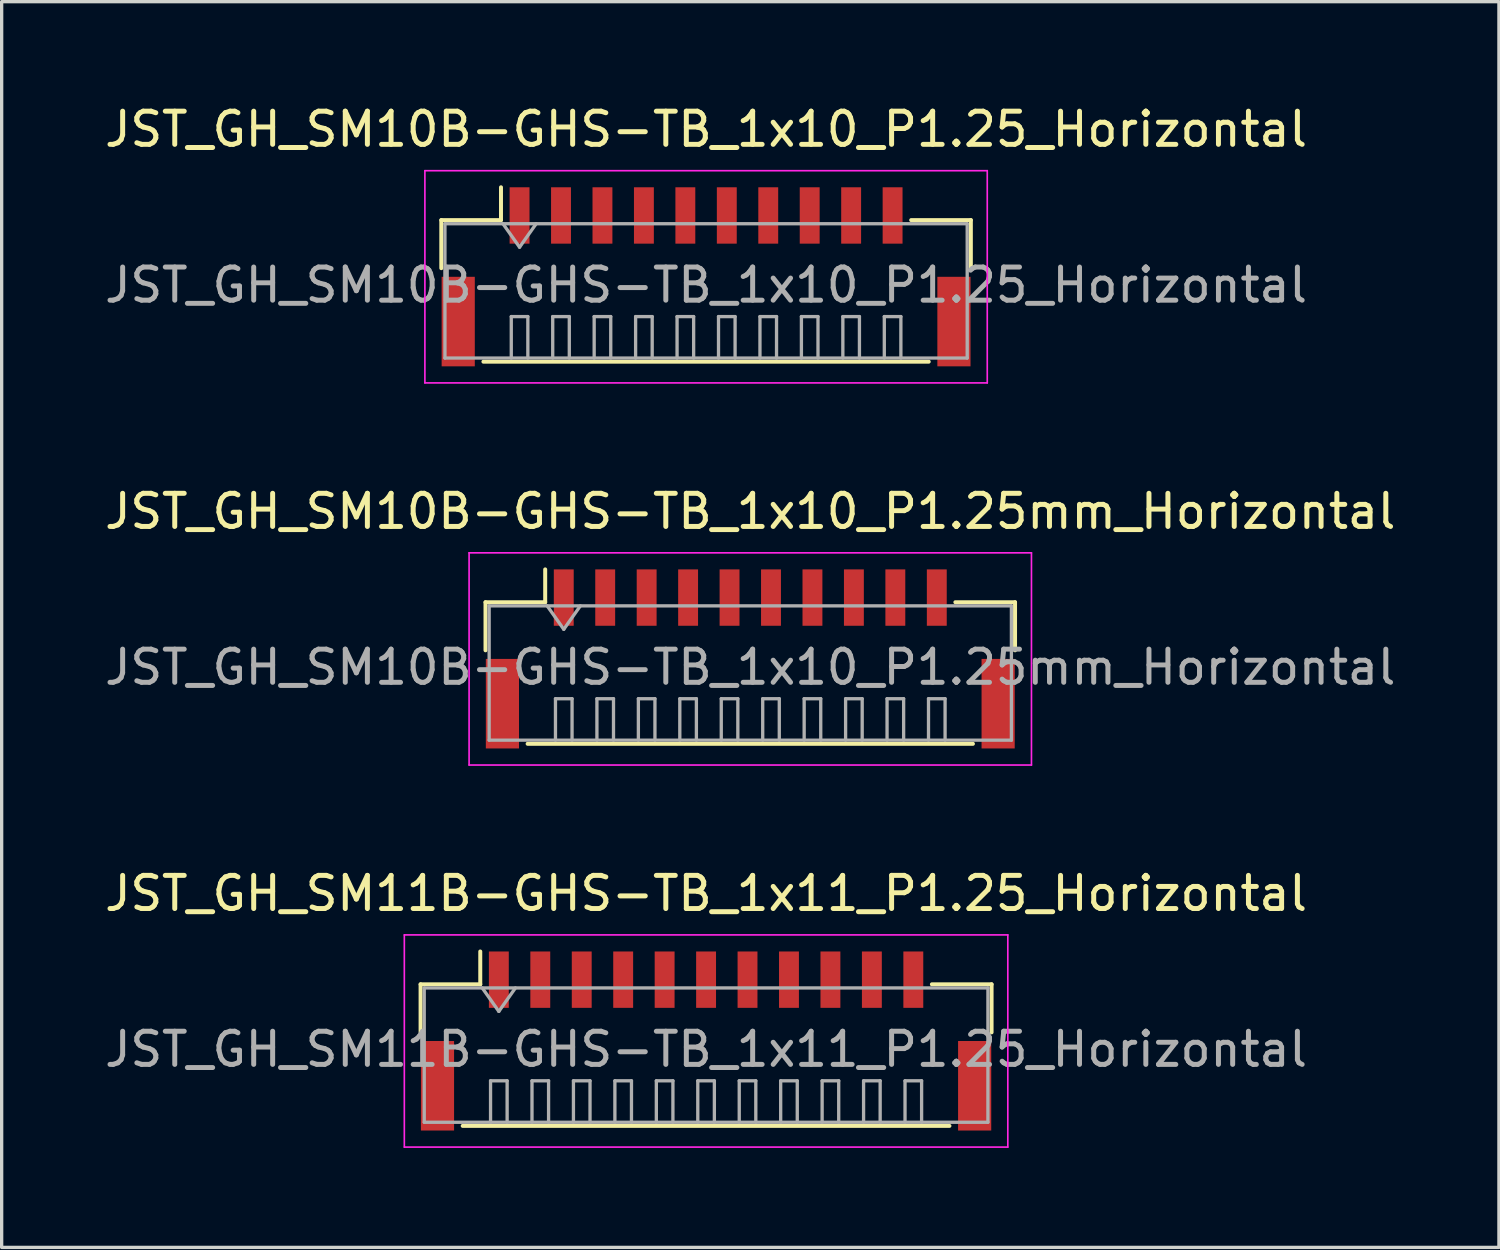
<source format=kicad_pcb>
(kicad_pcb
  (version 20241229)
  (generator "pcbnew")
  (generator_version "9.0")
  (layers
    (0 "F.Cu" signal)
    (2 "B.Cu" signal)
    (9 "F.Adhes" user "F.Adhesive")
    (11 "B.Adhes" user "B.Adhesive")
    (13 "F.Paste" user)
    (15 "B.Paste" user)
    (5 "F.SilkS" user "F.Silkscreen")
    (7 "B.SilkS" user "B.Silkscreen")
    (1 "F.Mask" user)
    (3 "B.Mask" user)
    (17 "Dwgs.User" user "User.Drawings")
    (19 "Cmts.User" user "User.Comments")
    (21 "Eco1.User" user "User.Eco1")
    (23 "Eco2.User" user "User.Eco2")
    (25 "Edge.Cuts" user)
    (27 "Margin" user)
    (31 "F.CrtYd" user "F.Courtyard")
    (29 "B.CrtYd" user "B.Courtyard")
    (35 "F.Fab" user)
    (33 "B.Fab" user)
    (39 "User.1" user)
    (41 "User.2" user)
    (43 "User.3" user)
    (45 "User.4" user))
  (footprint "JST_GH_SM11B-GHS-TB_1x11_P1.25_Horizontal"
    (layer "F.Cu")
    (at 18.244 28.095)
    (property "Reference" "JST_GH_SM11B-GHS-TB_1x11_P1.25_Horizontal" (at 0 -4.2 0) (layer "F.SilkS") (effects (font (size 1 1) (thickness 0.15))))
    (attr smd)
    (fp_line (start -8.61 -1.46) (end -6.81 -1.46) (stroke (width 0.12) (type solid)) (layer "F.SilkS"))
    (fp_line (start -8.61 -0.01) (end -8.61 -1.46) (stroke (width 0.12) (type solid)) (layer "F.SilkS"))
    (fp_line (start -7.34 2.81) (end 7.34 2.81) (stroke (width 0.12) (type solid)) (layer "F.SilkS"))
    (fp_line (start -6.81 -1.46) (end -6.81 -2.45) (stroke (width 0.12) (type solid)) (layer "F.SilkS"))
    (fp_line (start 8.61 -1.46) (end 6.81 -1.46) (stroke (width 0.12) (type solid)) (layer "F.SilkS"))
    (fp_line (start 8.61 -0.01) (end 8.61 -1.46) (stroke (width 0.12) (type solid)) (layer "F.SilkS"))
    (fp_line (start -9.1 -2.95) (end -9.1 3.45) (stroke (width 0.05) (type solid)) (layer "F.CrtYd"))
    (fp_line (start -9.1 3.45) (end 9.1 3.45) (stroke (width 0.05) (type solid)) (layer "F.CrtYd"))
    (fp_line (start 9.1 -2.95) (end -9.1 -2.95) (stroke (width 0.05) (type solid)) (layer "F.CrtYd"))
    (fp_line (start 9.1 3.45) (end 9.1 -2.95) (stroke (width 0.05) (type solid)) (layer "F.CrtYd"))
    (fp_line (start -8.5 -1.35) (end -8.5 2.7) (stroke (width 0.1) (type solid)) (layer "F.Fab"))
    (fp_line (start -8.5 2.7) (end 8.5 2.7) (stroke (width 0.1) (type solid)) (layer "F.Fab"))
    (fp_line (start -6.75 -1.35) (end -6.25 -0.643) (stroke (width 0.1) (type solid)) (layer "F.Fab"))
    (fp_line (start -6.5 1.45) (end -6 1.45) (stroke (width 0.1) (type solid)) (layer "F.Fab"))
    (fp_line (start -6.5 2.7) (end -6.5 1.45) (stroke (width 0.1) (type solid)) (layer "F.Fab"))
    (fp_line (start -6.25 -0.643) (end -5.75 -1.35) (stroke (width 0.1) (type solid)) (layer "F.Fab"))
    (fp_line (start -6 1.45) (end -6 2.7) (stroke (width 0.1) (type solid)) (layer "F.Fab"))
    (fp_line (start -5.25 1.45) (end -4.75 1.45) (stroke (width 0.1) (type solid)) (layer "F.Fab"))
    (fp_line (start -5.25 2.7) (end -5.25 1.45) (stroke (width 0.1) (type solid)) (layer "F.Fab"))
    (fp_line (start -4.75 1.45) (end -4.75 2.7) (stroke (width 0.1) (type solid)) (layer "F.Fab"))
    (fp_line (start -4 1.45) (end -3.5 1.45) (stroke (width 0.1) (type solid)) (layer "F.Fab"))
    (fp_line (start -4 2.7) (end -4 1.45) (stroke (width 0.1) (type solid)) (layer "F.Fab"))
    (fp_line (start -3.5 1.45) (end -3.5 2.7) (stroke (width 0.1) (type solid)) (layer "F.Fab"))
    (fp_line (start -2.75 1.45) (end -2.25 1.45) (stroke (width 0.1) (type solid)) (layer "F.Fab"))
    (fp_line (start -2.75 2.7) (end -2.75 1.45) (stroke (width 0.1) (type solid)) (layer "F.Fab"))
    (fp_line (start -2.25 1.45) (end -2.25 2.7) (stroke (width 0.1) (type solid)) (layer "F.Fab"))
    (fp_line (start -1.5 1.45) (end -1 1.45) (stroke (width 0.1) (type solid)) (layer "F.Fab"))
    (fp_line (start -1.5 2.7) (end -1.5 1.45) (stroke (width 0.1) (type solid)) (layer "F.Fab"))
    (fp_line (start -1 1.45) (end -1 2.7) (stroke (width 0.1) (type solid)) (layer "F.Fab"))
    (fp_line (start -0.25 1.45) (end 0.25 1.45) (stroke (width 0.1) (type solid)) (layer "F.Fab"))
    (fp_line (start -0.25 2.7) (end -0.25 1.45) (stroke (width 0.1) (type solid)) (layer "F.Fab"))
    (fp_line (start 0.25 1.45) (end 0.25 2.7) (stroke (width 0.1) (type solid)) (layer "F.Fab"))
    (fp_line (start 1 1.45) (end 1.5 1.45) (stroke (width 0.1) (type solid)) (layer "F.Fab"))
    (fp_line (start 1 2.7) (end 1 1.45) (stroke (width 0.1) (type solid)) (layer "F.Fab"))
    (fp_line (start 1.5 1.45) (end 1.5 2.7) (stroke (width 0.1) (type solid)) (layer "F.Fab"))
    (fp_line (start 2.25 1.45) (end 2.75 1.45) (stroke (width 0.1) (type solid)) (layer "F.Fab"))
    (fp_line (start 2.25 2.7) (end 2.25 1.45) (stroke (width 0.1) (type solid)) (layer "F.Fab"))
    (fp_line (start 2.75 1.45) (end 2.75 2.7) (stroke (width 0.1) (type solid)) (layer "F.Fab"))
    (fp_line (start 3.5 1.45) (end 4 1.45) (stroke (width 0.1) (type solid)) (layer "F.Fab"))
    (fp_line (start 3.5 2.7) (end 3.5 1.45) (stroke (width 0.1) (type solid)) (layer "F.Fab"))
    (fp_line (start 4 1.45) (end 4 2.7) (stroke (width 0.1) (type solid)) (layer "F.Fab"))
    (fp_line (start 4.75 1.45) (end 5.25 1.45) (stroke (width 0.1) (type solid)) (layer "F.Fab"))
    (fp_line (start 4.75 2.7) (end 4.75 1.45) (stroke (width 0.1) (type solid)) (layer "F.Fab"))
    (fp_line (start 5.25 1.45) (end 5.25 2.7) (stroke (width 0.1) (type solid)) (layer "F.Fab"))
    (fp_line (start 6 1.45) (end 6.5 1.45) (stroke (width 0.1) (type solid)) (layer "F.Fab"))
    (fp_line (start 6 2.7) (end 6 1.45) (stroke (width 0.1) (type solid)) (layer "F.Fab"))
    (fp_line (start 6.5 1.45) (end 6.5 2.7) (stroke (width 0.1) (type solid)) (layer "F.Fab"))
    (fp_line (start 8.5 -1.35) (end -8.5 -1.35) (stroke (width 0.1) (type solid)) (layer "F.Fab"))
    (fp_line (start 8.5 2.7) (end 8.5 -1.35) (stroke (width 0.1) (type solid)) (layer "F.Fab"))
    (fp_text user "${REFERENCE}" (at 0 0.5 0) (layer "F.Fab") (effects (font (size 1 1) (thickness 0.15))))
    (pad "" smd rect (at -8.1 1.6) (size 1 2.7) (layers "F.Cu" "F.Mask" "F.Paste"))
    (pad "" smd rect (at 8.1 1.6) (size 1 2.7) (layers "F.Cu" "F.Mask" "F.Paste"))
    (pad "1" smd rect (at -6.25 -1.6) (size 0.6 1.7) (layers "F.Cu" "F.Mask" "F.Paste"))
    (pad "2" smd rect (at -5 -1.6) (size 0.6 1.7) (layers "F.Cu" "F.Mask" "F.Paste"))
    (pad "3" smd rect (at -3.75 -1.6) (size 0.6 1.7) (layers "F.Cu" "F.Mask" "F.Paste"))
    (pad "4" smd rect (at -2.5 -1.6) (size 0.6 1.7) (layers "F.Cu" "F.Mask" "F.Paste"))
    (pad "5" smd rect (at -1.25 -1.6) (size 0.6 1.7) (layers "F.Cu" "F.Mask" "F.Paste"))
    (pad "6" smd rect (at 0 -1.6) (size 0.6 1.7) (layers "F.Cu" "F.Mask" "F.Paste"))
    (pad "7" smd rect (at 1.25 -1.6) (size 0.6 1.7) (layers "F.Cu" "F.Mask" "F.Paste"))
    (pad "8" smd rect (at 2.5 -1.6) (size 0.6 1.7) (layers "F.Cu" "F.Mask" "F.Paste"))
    (pad "9" smd rect (at 3.75 -1.6) (size 0.6 1.7) (layers "F.Cu" "F.Mask" "F.Paste"))
    (pad "10" smd rect (at 5 -1.6) (size 0.6 1.7) (layers "F.Cu" "F.Mask" "F.Paste"))
    (pad "11" smd rect (at 6.25 -1.6) (size 0.6 1.7) (layers "F.Cu" "F.Mask" "F.Paste")))
  (footprint "JST_GH_SM10B-GHS-TB_1x10_P1.25mm_Horizontal"
    (layer "F.Cu")
    (at 19.577 16.572)
    (property "Reference" "JST_GH_SM10B-GHS-TB_1x10_P1.25mm_Horizontal" (at 0 -4.2 0) (layer "F.SilkS") (effects (font (size 1 1) (thickness 0.15))))
    (attr smd)
    (fp_line (start -7.985 -1.46) (end -6.185 -1.46) (stroke (width 0.12) (type solid)) (layer "F.SilkS"))
    (fp_line (start -7.985 -0.01) (end -7.985 -1.46) (stroke (width 0.12) (type solid)) (layer "F.SilkS"))
    (fp_line (start -6.715 2.81) (end 6.715 2.81) (stroke (width 0.12) (type solid)) (layer "F.SilkS"))
    (fp_line (start -6.185 -1.46) (end -6.185 -2.45) (stroke (width 0.12) (type solid)) (layer "F.SilkS"))
    (fp_line (start 7.985 -1.46) (end 6.185 -1.46) (stroke (width 0.12) (type solid)) (layer "F.SilkS"))
    (fp_line (start 7.985 -0.01) (end 7.985 -1.46) (stroke (width 0.12) (type solid)) (layer "F.SilkS"))
    (fp_line (start -8.48 -2.95) (end -8.48 3.45) (stroke (width 0.05) (type solid)) (layer "F.CrtYd"))
    (fp_line (start -8.48 3.45) (end 8.48 3.45) (stroke (width 0.05) (type solid)) (layer "F.CrtYd"))
    (fp_line (start 8.48 -2.95) (end -8.48 -2.95) (stroke (width 0.05) (type solid)) (layer "F.CrtYd"))
    (fp_line (start 8.48 3.45) (end 8.48 -2.95) (stroke (width 0.05) (type solid)) (layer "F.CrtYd"))
    (fp_line (start -7.875 -1.35) (end -7.875 2.7) (stroke (width 0.1) (type solid)) (layer "F.Fab"))
    (fp_line (start -7.875 2.7) (end 7.875 2.7) (stroke (width 0.1) (type solid)) (layer "F.Fab"))
    (fp_line (start -6.125 -1.35) (end -5.625 -0.643) (stroke (width 0.1) (type solid)) (layer "F.Fab"))
    (fp_line (start -5.875 1.45) (end -5.375 1.45) (stroke (width 0.1) (type solid)) (layer "F.Fab"))
    (fp_line (start -5.875 2.7) (end -5.875 1.45) (stroke (width 0.1) (type solid)) (layer "F.Fab"))
    (fp_line (start -5.625 -0.643) (end -5.125 -1.35) (stroke (width 0.1) (type solid)) (layer "F.Fab"))
    (fp_line (start -5.375 1.45) (end -5.375 2.7) (stroke (width 0.1) (type solid)) (layer "F.Fab"))
    (fp_line (start -4.625 1.45) (end -4.125 1.45) (stroke (width 0.1) (type solid)) (layer "F.Fab"))
    (fp_line (start -4.625 2.7) (end -4.625 1.45) (stroke (width 0.1) (type solid)) (layer "F.Fab"))
    (fp_line (start -4.125 1.45) (end -4.125 2.7) (stroke (width 0.1) (type solid)) (layer "F.Fab"))
    (fp_line (start -3.375 1.45) (end -2.875 1.45) (stroke (width 0.1) (type solid)) (layer "F.Fab"))
    (fp_line (start -3.375 2.7) (end -3.375 1.45) (stroke (width 0.1) (type solid)) (layer "F.Fab"))
    (fp_line (start -2.875 1.45) (end -2.875 2.7) (stroke (width 0.1) (type solid)) (layer "F.Fab"))
    (fp_line (start -2.125 1.45) (end -1.625 1.45) (stroke (width 0.1) (type solid)) (layer "F.Fab"))
    (fp_line (start -2.125 2.7) (end -2.125 1.45) (stroke (width 0.1) (type solid)) (layer "F.Fab"))
    (fp_line (start -1.625 1.45) (end -1.625 2.7) (stroke (width 0.1) (type solid)) (layer "F.Fab"))
    (fp_line (start -0.875 1.45) (end -0.375 1.45) (stroke (width 0.1) (type solid)) (layer "F.Fab"))
    (fp_line (start -0.875 2.7) (end -0.875 1.45) (stroke (width 0.1) (type solid)) (layer "F.Fab"))
    (fp_line (start -0.375 1.45) (end -0.375 2.7) (stroke (width 0.1) (type solid)) (layer "F.Fab"))
    (fp_line (start 0.375 1.45) (end 0.875 1.45) (stroke (width 0.1) (type solid)) (layer "F.Fab"))
    (fp_line (start 0.375 2.7) (end 0.375 1.45) (stroke (width 0.1) (type solid)) (layer "F.Fab"))
    (fp_line (start 0.875 1.45) (end 0.875 2.7) (stroke (width 0.1) (type solid)) (layer "F.Fab"))
    (fp_line (start 1.625 1.45) (end 2.125 1.45) (stroke (width 0.1) (type solid)) (layer "F.Fab"))
    (fp_line (start 1.625 2.7) (end 1.625 1.45) (stroke (width 0.1) (type solid)) (layer "F.Fab"))
    (fp_line (start 2.125 1.45) (end 2.125 2.7) (stroke (width 0.1) (type solid)) (layer "F.Fab"))
    (fp_line (start 2.875 1.45) (end 3.375 1.45) (stroke (width 0.1) (type solid)) (layer "F.Fab"))
    (fp_line (start 2.875 2.7) (end 2.875 1.45) (stroke (width 0.1) (type solid)) (layer "F.Fab"))
    (fp_line (start 3.375 1.45) (end 3.375 2.7) (stroke (width 0.1) (type solid)) (layer "F.Fab"))
    (fp_line (start 4.125 1.45) (end 4.625 1.45) (stroke (width 0.1) (type solid)) (layer "F.Fab"))
    (fp_line (start 4.125 2.7) (end 4.125 1.45) (stroke (width 0.1) (type solid)) (layer "F.Fab"))
    (fp_line (start 4.625 1.45) (end 4.625 2.7) (stroke (width 0.1) (type solid)) (layer "F.Fab"))
    (fp_line (start 5.375 1.45) (end 5.875 1.45) (stroke (width 0.1) (type solid)) (layer "F.Fab"))
    (fp_line (start 5.375 2.7) (end 5.375 1.45) (stroke (width 0.1) (type solid)) (layer "F.Fab"))
    (fp_line (start 5.875 1.45) (end 5.875 2.7) (stroke (width 0.1) (type solid)) (layer "F.Fab"))
    (fp_line (start 7.875 -1.35) (end -7.875 -1.35) (stroke (width 0.1) (type solid)) (layer "F.Fab"))
    (fp_line (start 7.875 2.7) (end 7.875 -1.35) (stroke (width 0.1) (type solid)) (layer "F.Fab"))
    (fp_text user "${REFERENCE}" (at 0 0.5 0) (layer "F.Fab") (effects (font (size 1 1) (thickness 0.15))))
    (pad "" smd rect (at -7.475 1.6) (size 1 2.7) (layers "F.Cu" "F.Mask" "F.Paste"))
    (pad "" smd rect (at 7.475 1.6) (size 1 2.7) (layers "F.Cu" "F.Mask" "F.Paste"))
    (pad "1" smd rect (at -5.625 -1.6) (size 0.6 1.7) (layers "F.Cu" "F.Mask" "F.Paste"))
    (pad "2" smd rect (at -4.375 -1.6) (size 0.6 1.7) (layers "F.Cu" "F.Mask" "F.Paste"))
    (pad "3" smd rect (at -3.125 -1.6) (size 0.6 1.7) (layers "F.Cu" "F.Mask" "F.Paste"))
    (pad "4" smd rect (at -1.875 -1.6) (size 0.6 1.7) (layers "F.Cu" "F.Mask" "F.Paste"))
    (pad "5" smd rect (at -0.625 -1.6) (size 0.6 1.7) (layers "F.Cu" "F.Mask" "F.Paste"))
    (pad "6" smd rect (at 0.625 -1.6) (size 0.6 1.7) (layers "F.Cu" "F.Mask" "F.Paste"))
    (pad "7" smd rect (at 1.875 -1.6) (size 0.6 1.7) (layers "F.Cu" "F.Mask" "F.Paste"))
    (pad "8" smd rect (at 3.125 -1.6) (size 0.6 1.7) (layers "F.Cu" "F.Mask" "F.Paste"))
    (pad "9" smd rect (at 4.375 -1.6) (size 0.6 1.7) (layers "F.Cu" "F.Mask" "F.Paste"))
    (pad "10" smd rect (at 5.625 -1.6) (size 0.6 1.7) (layers "F.Cu" "F.Mask" "F.Paste")))
  (footprint "JST_GH_SM10B-GHS-TB_1x10_P1.25_Horizontal"
    (layer "F.Cu")
    (at 18.244 5.048)
    (property "Reference" "JST_GH_SM10B-GHS-TB_1x10_P1.25_Horizontal" (at 0 -4.2 0) (layer "F.SilkS") (effects (font (size 1 1) (thickness 0.15))))
    (attr smd)
    (fp_line (start -7.985 -1.46) (end -6.185 -1.46) (stroke (width 0.12) (type solid)) (layer "F.SilkS"))
    (fp_line (start -7.985 -0.01) (end -7.985 -1.46) (stroke (width 0.12) (type solid)) (layer "F.SilkS"))
    (fp_line (start -6.715 2.81) (end 6.715 2.81) (stroke (width 0.12) (type solid)) (layer "F.SilkS"))
    (fp_line (start -6.185 -1.46) (end -6.185 -2.45) (stroke (width 0.12) (type solid)) (layer "F.SilkS"))
    (fp_line (start 7.985 -1.46) (end 6.185 -1.46) (stroke (width 0.12) (type solid)) (layer "F.SilkS"))
    (fp_line (start 7.985 -0.01) (end 7.985 -1.46) (stroke (width 0.12) (type solid)) (layer "F.SilkS"))
    (fp_line (start -8.48 -2.95) (end -8.48 3.45) (stroke (width 0.05) (type solid)) (layer "F.CrtYd"))
    (fp_line (start -8.48 3.45) (end 8.48 3.45) (stroke (width 0.05) (type solid)) (layer "F.CrtYd"))
    (fp_line (start 8.48 -2.95) (end -8.48 -2.95) (stroke (width 0.05) (type solid)) (layer "F.CrtYd"))
    (fp_line (start 8.48 3.45) (end 8.48 -2.95) (stroke (width 0.05) (type solid)) (layer "F.CrtYd"))
    (fp_line (start -7.875 -1.35) (end -7.875 2.7) (stroke (width 0.1) (type solid)) (layer "F.Fab"))
    (fp_line (start -7.875 2.7) (end 7.875 2.7) (stroke (width 0.1) (type solid)) (layer "F.Fab"))
    (fp_line (start -6.125 -1.35) (end -5.625 -0.643) (stroke (width 0.1) (type solid)) (layer "F.Fab"))
    (fp_line (start -5.875 1.45) (end -5.375 1.45) (stroke (width 0.1) (type solid)) (layer "F.Fab"))
    (fp_line (start -5.875 2.7) (end -5.875 1.45) (stroke (width 0.1) (type solid)) (layer "F.Fab"))
    (fp_line (start -5.625 -0.643) (end -5.125 -1.35) (stroke (width 0.1) (type solid)) (layer "F.Fab"))
    (fp_line (start -5.375 1.45) (end -5.375 2.7) (stroke (width 0.1) (type solid)) (layer "F.Fab"))
    (fp_line (start -4.625 1.45) (end -4.125 1.45) (stroke (width 0.1) (type solid)) (layer "F.Fab"))
    (fp_line (start -4.625 2.7) (end -4.625 1.45) (stroke (width 0.1) (type solid)) (layer "F.Fab"))
    (fp_line (start -4.125 1.45) (end -4.125 2.7) (stroke (width 0.1) (type solid)) (layer "F.Fab"))
    (fp_line (start -3.375 1.45) (end -2.875 1.45) (stroke (width 0.1) (type solid)) (layer "F.Fab"))
    (fp_line (start -3.375 2.7) (end -3.375 1.45) (stroke (width 0.1) (type solid)) (layer "F.Fab"))
    (fp_line (start -2.875 1.45) (end -2.875 2.7) (stroke (width 0.1) (type solid)) (layer "F.Fab"))
    (fp_line (start -2.125 1.45) (end -1.625 1.45) (stroke (width 0.1) (type solid)) (layer "F.Fab"))
    (fp_line (start -2.125 2.7) (end -2.125 1.45) (stroke (width 0.1) (type solid)) (layer "F.Fab"))
    (fp_line (start -1.625 1.45) (end -1.625 2.7) (stroke (width 0.1) (type solid)) (layer "F.Fab"))
    (fp_line (start -0.875 1.45) (end -0.375 1.45) (stroke (width 0.1) (type solid)) (layer "F.Fab"))
    (fp_line (start -0.875 2.7) (end -0.875 1.45) (stroke (width 0.1) (type solid)) (layer "F.Fab"))
    (fp_line (start -0.375 1.45) (end -0.375 2.7) (stroke (width 0.1) (type solid)) (layer "F.Fab"))
    (fp_line (start 0.375 1.45) (end 0.875 1.45) (stroke (width 0.1) (type solid)) (layer "F.Fab"))
    (fp_line (start 0.375 2.7) (end 0.375 1.45) (stroke (width 0.1) (type solid)) (layer "F.Fab"))
    (fp_line (start 0.875 1.45) (end 0.875 2.7) (stroke (width 0.1) (type solid)) (layer "F.Fab"))
    (fp_line (start 1.625 1.45) (end 2.125 1.45) (stroke (width 0.1) (type solid)) (layer "F.Fab"))
    (fp_line (start 1.625 2.7) (end 1.625 1.45) (stroke (width 0.1) (type solid)) (layer "F.Fab"))
    (fp_line (start 2.125 1.45) (end 2.125 2.7) (stroke (width 0.1) (type solid)) (layer "F.Fab"))
    (fp_line (start 2.875 1.45) (end 3.375 1.45) (stroke (width 0.1) (type solid)) (layer "F.Fab"))
    (fp_line (start 2.875 2.7) (end 2.875 1.45) (stroke (width 0.1) (type solid)) (layer "F.Fab"))
    (fp_line (start 3.375 1.45) (end 3.375 2.7) (stroke (width 0.1) (type solid)) (layer "F.Fab"))
    (fp_line (start 4.125 1.45) (end 4.625 1.45) (stroke (width 0.1) (type solid)) (layer "F.Fab"))
    (fp_line (start 4.125 2.7) (end 4.125 1.45) (stroke (width 0.1) (type solid)) (layer "F.Fab"))
    (fp_line (start 4.625 1.45) (end 4.625 2.7) (stroke (width 0.1) (type solid)) (layer "F.Fab"))
    (fp_line (start 5.375 1.45) (end 5.875 1.45) (stroke (width 0.1) (type solid)) (layer "F.Fab"))
    (fp_line (start 5.375 2.7) (end 5.375 1.45) (stroke (width 0.1) (type solid)) (layer "F.Fab"))
    (fp_line (start 5.875 1.45) (end 5.875 2.7) (stroke (width 0.1) (type solid)) (layer "F.Fab"))
    (fp_line (start 7.875 -1.35) (end -7.875 -1.35) (stroke (width 0.1) (type solid)) (layer "F.Fab"))
    (fp_line (start 7.875 2.7) (end 7.875 -1.35) (stroke (width 0.1) (type solid)) (layer "F.Fab"))
    (fp_text user "${REFERENCE}" (at 0 0.5 0) (layer "F.Fab") (effects (font (size 1 1) (thickness 0.15))))
    (pad "" smd rect (at -7.475 1.6) (size 1 2.7) (layers "F.Cu" "F.Mask" "F.Paste"))
    (pad "" smd rect (at 7.475 1.6) (size 1 2.7) (layers "F.Cu" "F.Mask" "F.Paste"))
    (pad "1" smd rect (at -5.625 -1.6) (size 0.6 1.7) (layers "F.Cu" "F.Mask" "F.Paste"))
    (pad "2" smd rect (at -4.375 -1.6) (size 0.6 1.7) (layers "F.Cu" "F.Mask" "F.Paste"))
    (pad "3" smd rect (at -3.125 -1.6) (size 0.6 1.7) (layers "F.Cu" "F.Mask" "F.Paste"))
    (pad "4" smd rect (at -1.875 -1.6) (size 0.6 1.7) (layers "F.Cu" "F.Mask" "F.Paste"))
    (pad "5" smd rect (at -0.625 -1.6) (size 0.6 1.7) (layers "F.Cu" "F.Mask" "F.Paste"))
    (pad "6" smd rect (at 0.625 -1.6) (size 0.6 1.7) (layers "F.Cu" "F.Mask" "F.Paste"))
    (pad "7" smd rect (at 1.875 -1.6) (size 0.6 1.7) (layers "F.Cu" "F.Mask" "F.Paste"))
    (pad "8" smd rect (at 3.125 -1.6) (size 0.6 1.7) (layers "F.Cu" "F.Mask" "F.Paste"))
    (pad "9" smd rect (at 4.375 -1.6) (size 0.6 1.7) (layers "F.Cu" "F.Mask" "F.Paste"))
    (pad "10" smd rect (at 5.625 -1.6) (size 0.6 1.7) (layers "F.Cu" "F.Mask" "F.Paste")))
  (gr_rect
    (start -3 -3)
    (end 42.155 34.57)
    (stroke (width 0.1) (type default))
    (fill no)
    (layer "Edge.Cuts")))
</source>
